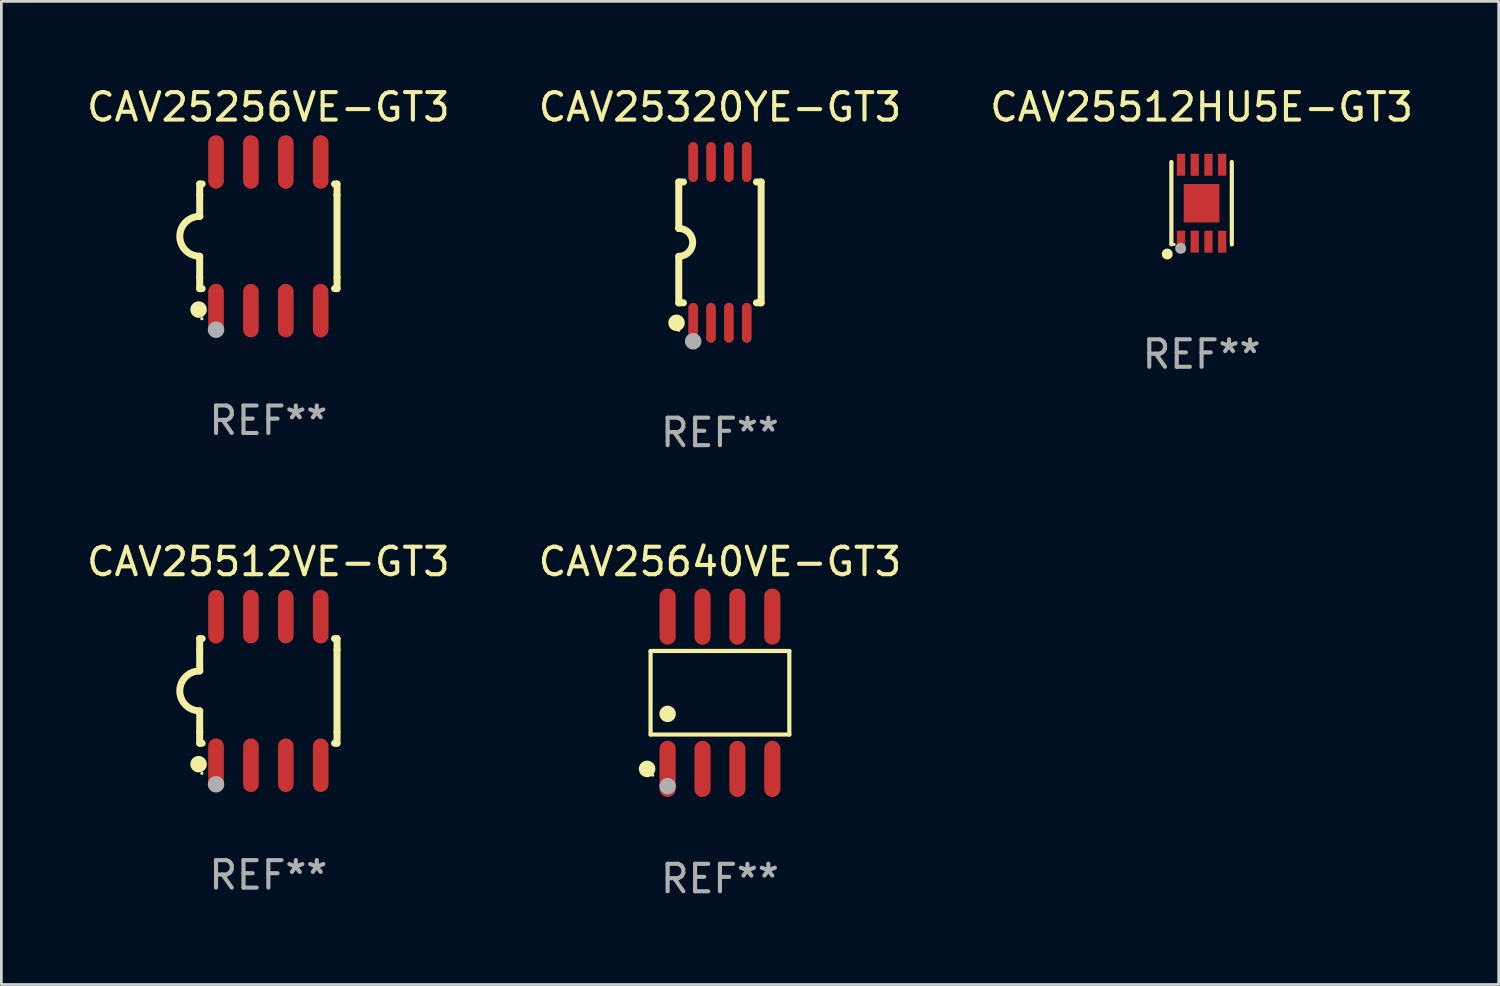
<source format=kicad_pcb>
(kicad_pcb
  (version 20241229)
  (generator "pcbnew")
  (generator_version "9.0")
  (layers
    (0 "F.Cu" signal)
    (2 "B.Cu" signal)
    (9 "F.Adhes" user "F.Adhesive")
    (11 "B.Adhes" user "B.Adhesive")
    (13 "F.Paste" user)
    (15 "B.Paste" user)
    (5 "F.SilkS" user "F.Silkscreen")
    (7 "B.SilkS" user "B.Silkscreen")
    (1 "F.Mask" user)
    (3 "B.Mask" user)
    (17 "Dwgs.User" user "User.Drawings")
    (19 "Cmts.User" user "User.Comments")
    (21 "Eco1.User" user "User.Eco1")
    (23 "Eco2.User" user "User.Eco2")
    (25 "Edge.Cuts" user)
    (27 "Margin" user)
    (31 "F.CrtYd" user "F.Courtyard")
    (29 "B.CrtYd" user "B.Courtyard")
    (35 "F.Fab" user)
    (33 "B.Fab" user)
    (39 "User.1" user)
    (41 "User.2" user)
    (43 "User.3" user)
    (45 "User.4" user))
  (footprint "CAV25640VE-GT3"
    (layer "F.Cu")
    (at 23.161 22.171)
    (property "Reference" "CAV25640VE-GT3" (at 0 -4.772 0) (layer "F.SilkS") (effects (font (size 1 1) (thickness 0.15))))
    (attr through_hole)
    (fp_line (start -2.526 -1.521) (end 2.526 -1.521) (stroke (width 0.152) (type solid)) (layer "F.SilkS"))
    (fp_line (start -2.526 1.521) (end -2.526 -1.521) (stroke (width 0.152) (type solid)) (layer "F.SilkS"))
    (fp_line (start 2.526 -1.521) (end 2.526 1.521) (stroke (width 0.152) (type solid)) (layer "F.SilkS"))
    (fp_line (start 2.526 1.521) (end -2.526 1.521) (stroke (width 0.152) (type solid)) (layer "F.SilkS"))
    (fp_circle (center -2.652 2.772) (end -2.501 2.772) (stroke (width 0.3) (type solid)) (fill no) (layer "F.SilkS"))
    (fp_circle (center -2.45 3) (end -2.42 3) (stroke (width 0.06) (type solid)) (fill no) (layer "F.SilkS"))
    (fp_circle (center -1.905 0.769) (end -1.755 0.769) (stroke (width 0.3) (type solid)) (fill no) (layer "F.SilkS"))
    (fp_circle (center -1.905 3.4) (end -1.755 3.4) (stroke (width 0.3) (type solid)) (fill no) (layer "F.Fab"))
    (fp_text user "REF**" (at 0 6.772 0) (layer "F.Fab") (effects (font (size 1 1) (thickness 0.15))))
    (pad "1" smd oval (at -1.905 2.772) (size 0.588 2.045) (layers "F.Cu" "F.Mask" "F.Paste"))
    (pad "2" smd oval (at -0.635 2.772) (size 0.588 2.045) (layers "F.Cu" "F.Mask" "F.Paste"))
    (pad "3" smd oval (at 0.635 2.772) (size 0.588 2.045) (layers "F.Cu" "F.Mask" "F.Paste"))
    (pad "4" smd oval (at 1.905 2.772) (size 0.588 2.045) (layers "F.Cu" "F.Mask" "F.Paste"))
    (pad "5" smd oval (at 1.905 -2.772) (size 0.588 2.045) (layers "F.Cu" "F.Mask" "F.Paste"))
    (pad "6" smd oval (at 0.635 -2.772) (size 0.588 2.045) (layers "F.Cu" "F.Mask" "F.Paste"))
    (pad "7" smd oval (at -0.635 -2.772) (size 0.588 2.045) (layers "F.Cu" "F.Mask" "F.Paste"))
    (pad "8" smd oval (at -1.905 -2.772) (size 0.588 2.045) (layers "F.Cu" "F.Mask" "F.Paste")))
  (footprint "CAV25512VE-GT3"
    (layer "F.Cu")
    (at 6.72 22.104)
    (property "Reference" "CAV25512VE-GT3" (at 0 -4.705 0) (layer "F.SilkS") (effects (font (size 1 1) (thickness 0.15))))
    (attr through_hole)
    (fp_line (start -2.5 -1.905) (end -2.409 -1.905) (stroke (width 0.254) (type solid)) (layer "F.SilkS"))
    (fp_line (start -2.5 -1.5) (end -2.5 -1.905) (stroke (width 0.254) (type solid)) (layer "F.SilkS"))
    (fp_line (start -2.5 -1.5) (end -2.5 -0.726) (stroke (width 0.254) (type solid)) (layer "F.SilkS"))
    (fp_line (start -2.5 1.5) (end -2.5 0.727) (stroke (width 0.254) (type solid)) (layer "F.SilkS"))
    (fp_line (start -2.5 1.5) (end -2.5 1.905) (stroke (width 0.254) (type solid)) (layer "F.SilkS"))
    (fp_line (start -2.5 1.905) (end -2.409 1.905) (stroke (width 0.254) (type solid)) (layer "F.SilkS"))
    (fp_line (start 2.5 -1.905) (end 2.409 -1.905) (stroke (width 0.254) (type solid)) (layer "F.SilkS"))
    (fp_line (start 2.5 -1.5) (end 2.5 -1.905) (stroke (width 0.254) (type solid)) (layer "F.SilkS"))
    (fp_line (start 2.5 -1.5) (end 2.5 1.5) (stroke (width 0.254) (type solid)) (layer "F.SilkS"))
    (fp_line (start 2.5 1.5) (end 2.5 1.905) (stroke (width 0.254) (type solid)) (layer "F.SilkS"))
    (fp_line (start 2.5 1.905) (end 2.409 1.905) (stroke (width 0.254) (type solid)) (layer "F.SilkS"))
    (fp_arc (start -2.5 0.726568) (mid -3.220316 -0.0023) (end -2.495097 -0.726289) (stroke (width 0.254001) (type solid)) (layer "F.SilkS"))
    (fp_circle (center -2.54 2.667) (end -2.39 2.667) (stroke (width 0.3) (type solid)) (fill no) (layer "F.SilkS"))
    (fp_circle (center -2.42 3) (end -2.39 3) (stroke (width 0.06) (type solid)) (fill no) (layer "F.SilkS"))
    (fp_circle (center -1.905 3.4) (end -1.755 3.4) (stroke (width 0.3) (type solid)) (fill no) (layer "F.Fab"))
    (fp_text user "REF**" (at 0 6.705 0) (layer "F.Fab") (effects (font (size 1 1) (thickness 0.15))))
    (pad "1" smd oval (at -1.905 2.705) (size 0.568 1.95) (layers "F.Cu" "F.Mask" "F.Paste"))
    (pad "2" smd oval (at -0.635 2.705) (size 0.568 1.95) (layers "F.Cu" "F.Mask" "F.Paste"))
    (pad "3" smd oval (at 0.635 2.705) (size 0.568 1.95) (layers "F.Cu" "F.Mask" "F.Paste"))
    (pad "4" smd oval (at 1.905 2.705) (size 0.568 1.95) (layers "F.Cu" "F.Mask" "F.Paste"))
    (pad "5" smd oval (at 1.905 -2.705) (size 0.568 1.95) (layers "F.Cu" "F.Mask" "F.Paste"))
    (pad "6" smd oval (at 0.635 -2.705) (size 0.568 1.95) (layers "F.Cu" "F.Mask" "F.Paste"))
    (pad "7" smd oval (at -0.635 -2.705) (size 0.568 1.95) (layers "F.Cu" "F.Mask" "F.Paste"))
    (pad "8" smd oval (at -1.905 -2.705) (size 0.568 1.95) (layers "F.Cu" "F.Mask" "F.Paste")))
  (footprint "CAV25512HU5E-GT3"
    (layer "F.Cu")
    (at 40.696 4.348)
    (property "Reference" "CAV25512HU5E-GT3" (at 0 -3.5 0) (layer "F.SilkS") (effects (font (size 1 1) (thickness 0.15))))
    (attr through_hole)
    (fp_line (start -1.1 1.5) (end -1.1 -1.5) (stroke (width 0.152) (type solid)) (layer "F.SilkS"))
    (fp_line (start 1.1 -1.5) (end 1.1 1.5) (stroke (width 0.152) (type solid)) (layer "F.SilkS"))
    (fp_circle (center -1.25 1.85) (end -1.15 1.85) (stroke (width 0.2) (type solid)) (fill no) (layer "F.SilkS"))
    (fp_circle (center -1 1.5) (end -0.97 1.5) (stroke (width 0.06) (type solid)) (fill no) (layer "F.SilkS"))
    (fp_circle (center -0.763 1.644) (end -0.663 1.644) (stroke (width 0.2) (type solid)) (fill no) (layer "F.Fab"))
    (fp_text user "REF**" (at 0 5.5 0) (layer "F.Fab") (effects (font (size 1 1) (thickness 0.15))))
    (pad "1" smd rect (at -0.75 1.4 180) (size 0.3 0.8) (layers "F.Cu" "F.Mask" "F.Paste"))
    (pad "2" smd rect (at -0.25 1.4) (size 0.3 0.8) (layers "F.Cu" "F.Mask" "F.Paste"))
    (pad "3" smd rect (at 0.25 1.4) (size 0.3 0.8) (layers "F.Cu" "F.Mask" "F.Paste"))
    (pad "4" smd rect (at 0.75 1.4) (size 0.3 0.8) (layers "F.Cu" "F.Mask" "F.Paste"))
    (pad "5" smd rect (at 0.75 -1.4) (size 0.3 0.8) (layers "F.Cu" "F.Mask" "F.Paste"))
    (pad "6" smd rect (at 0.25 -1.4) (size 0.3 0.8) (layers "F.Cu" "F.Mask" "F.Paste"))
    (pad "7" smd rect (at -0.25 -1.4) (size 0.3 0.8) (layers "F.Cu" "F.Mask" "F.Paste"))
    (pad "8" smd rect (at -0.75 -1.4) (size 0.3 0.8) (layers "F.Cu" "F.Mask" "F.Paste"))
    (pad "9" smd rect (at 0 0 180) (size 1.3 1.4) (layers "F.Cu" "F.Mask" "F.Paste")))
  (footprint "CAV25320YE-GT3"
    (layer "F.Cu")
    (at 23.161 5.775)
    (property "Reference" "CAV25320YE-GT3" (at 0 -4.927 0) (layer "F.SilkS") (effects (font (size 1 1) (thickness 0.15))))
    (attr through_hole)
    (fp_line (start -1.5 -2.2) (end -1.5 -0.508) (stroke (width 0.254) (type solid)) (layer "F.SilkS"))
    (fp_line (start -1.5 -2.2) (end -1.328 -2.2) (stroke (width 0.254) (type solid)) (layer "F.SilkS"))
    (fp_line (start -1.5 2.2) (end -1.5 0.508) (stroke (width 0.254) (type solid)) (layer "F.SilkS"))
    (fp_line (start -1.5 2.2) (end -1.328 2.2) (stroke (width 0.254) (type solid)) (layer "F.SilkS"))
    (fp_line (start 1.328 -2.2) (end 1.5 -2.2) (stroke (width 0.254) (type solid)) (layer "F.SilkS"))
    (fp_line (start 1.328 2.2) (end 1.5 2.2) (stroke (width 0.254) (type solid)) (layer "F.SilkS"))
    (fp_line (start 1.5 -2.2) (end 1.5 2.2) (stroke (width 0.254) (type solid)) (layer "F.SilkS"))
    (fp_arc (start -1.501144 -0.508) (mid -0.993143 -0.000571) (end -1.5 0.508001) (stroke (width 0.254001) (type solid)) (layer "F.SilkS"))
    (fp_circle (center -1.581 2.927) (end -1.431 2.927) (stroke (width 0.3) (type solid)) (fill no) (layer "F.SilkS"))
    (fp_circle (center -1.5 3.2) (end -1.47 3.2) (stroke (width 0.06) (type solid)) (fill no) (layer "F.SilkS"))
    (fp_circle (center -0.975 3.6) (end -0.825 3.6) (stroke (width 0.3) (type solid)) (fill no) (layer "F.Fab"))
    (fp_text user "REF**" (at 0 6.927 0) (layer "F.Fab") (effects (font (size 1 1) (thickness 0.15))))
    (pad "1" smd oval (at -0.975 2.927) (size 0.353 1.454) (layers "F.Cu" "F.Mask" "F.Paste"))
    (pad "2" smd oval (at -0.325 2.927) (size 0.353 1.454) (layers "F.Cu" "F.Mask" "F.Paste"))
    (pad "3" smd oval (at 0.325 2.927) (size 0.353 1.454) (layers "F.Cu" "F.Mask" "F.Paste"))
    (pad "4" smd oval (at 0.975 2.927) (size 0.353 1.454) (layers "F.Cu" "F.Mask" "F.Paste"))
    (pad "5" smd oval (at 0.975 -2.927) (size 0.353 1.454) (layers "F.Cu" "F.Mask" "F.Paste"))
    (pad "6" smd oval (at 0.325 -2.927) (size 0.353 1.454) (layers "F.Cu" "F.Mask" "F.Paste"))
    (pad "7" smd oval (at -0.325 -2.927) (size 0.353 1.454) (layers "F.Cu" "F.Mask" "F.Paste"))
    (pad "8" smd oval (at -0.975 -2.927) (size 0.353 1.454) (layers "F.Cu" "F.Mask" "F.Paste")))
  (footprint "CAV25256VE-GT3"
    (layer "F.Cu")
    (at 6.72 5.553)
    (property "Reference" "CAV25256VE-GT3" (at 0 -4.705 0) (layer "F.SilkS") (effects (font (size 1 1) (thickness 0.15))))
    (attr through_hole)
    (fp_line (start -2.5 -1.905) (end -2.409 -1.905) (stroke (width 0.254) (type solid)) (layer "F.SilkS"))
    (fp_line (start -2.5 -1.5) (end -2.5 -1.905) (stroke (width 0.254) (type solid)) (layer "F.SilkS"))
    (fp_line (start -2.5 -1.5) (end -2.5 -0.726) (stroke (width 0.254) (type solid)) (layer "F.SilkS"))
    (fp_line (start -2.5 1.5) (end -2.5 0.727) (stroke (width 0.254) (type solid)) (layer "F.SilkS"))
    (fp_line (start -2.5 1.5) (end -2.5 1.905) (stroke (width 0.254) (type solid)) (layer "F.SilkS"))
    (fp_line (start -2.5 1.905) (end -2.409 1.905) (stroke (width 0.254) (type solid)) (layer "F.SilkS"))
    (fp_line (start 2.5 -1.905) (end 2.409 -1.905) (stroke (width 0.254) (type solid)) (layer "F.SilkS"))
    (fp_line (start 2.5 -1.5) (end 2.5 -1.905) (stroke (width 0.254) (type solid)) (layer "F.SilkS"))
    (fp_line (start 2.5 -1.5) (end 2.5 1.5) (stroke (width 0.254) (type solid)) (layer "F.SilkS"))
    (fp_line (start 2.5 1.5) (end 2.5 1.905) (stroke (width 0.254) (type solid)) (layer "F.SilkS"))
    (fp_line (start 2.5 1.905) (end 2.409 1.905) (stroke (width 0.254) (type solid)) (layer "F.SilkS"))
    (fp_arc (start -2.5 0.726568) (mid -3.220316 -0.0023) (end -2.495097 -0.726289) (stroke (width 0.254001) (type solid)) (layer "F.SilkS"))
    (fp_circle (center -2.54 2.667) (end -2.39 2.667) (stroke (width 0.3) (type solid)) (fill no) (layer "F.SilkS"))
    (fp_circle (center -2.42 3) (end -2.39 3) (stroke (width 0.06) (type solid)) (fill no) (layer "F.SilkS"))
    (fp_circle (center -1.905 3.4) (end -1.755 3.4) (stroke (width 0.3) (type solid)) (fill no) (layer "F.Fab"))
    (fp_text user "REF**" (at 0 6.705 0) (layer "F.Fab") (effects (font (size 1 1) (thickness 0.15))))
    (pad "1" smd oval (at -1.905 2.705) (size 0.568 1.95) (layers "F.Cu" "F.Mask" "F.Paste"))
    (pad "2" smd oval (at -0.635 2.705) (size 0.568 1.95) (layers "F.Cu" "F.Mask" "F.Paste"))
    (pad "3" smd oval (at 0.635 2.705) (size 0.568 1.95) (layers "F.Cu" "F.Mask" "F.Paste"))
    (pad "4" smd oval (at 1.905 2.705) (size 0.568 1.95) (layers "F.Cu" "F.Mask" "F.Paste"))
    (pad "5" smd oval (at 1.905 -2.705) (size 0.568 1.95) (layers "F.Cu" "F.Mask" "F.Paste"))
    (pad "6" smd oval (at 0.635 -2.705) (size 0.568 1.95) (layers "F.Cu" "F.Mask" "F.Paste"))
    (pad "7" smd oval (at -0.635 -2.705) (size 0.568 1.95) (layers "F.Cu" "F.Mask" "F.Paste"))
    (pad "8" smd oval (at -1.905 -2.705) (size 0.568 1.95) (layers "F.Cu" "F.Mask" "F.Paste")))
  (gr_rect
    (start -3 -3)
    (end 51.512 32.792)
    (stroke (width 0.1) (type default))
    (fill no)
    (layer "Edge.Cuts")))
</source>
